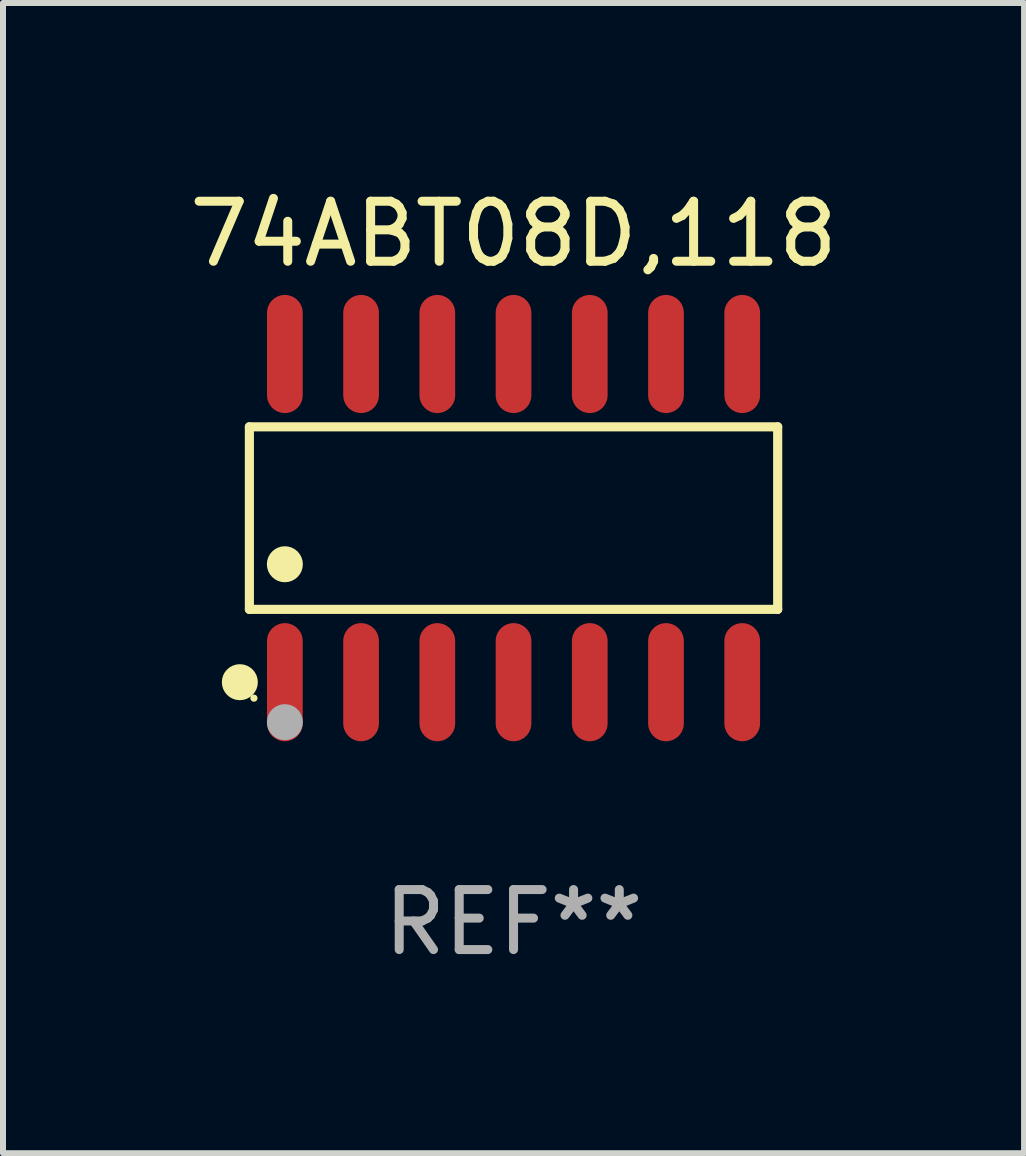
<source format=kicad_pcb>
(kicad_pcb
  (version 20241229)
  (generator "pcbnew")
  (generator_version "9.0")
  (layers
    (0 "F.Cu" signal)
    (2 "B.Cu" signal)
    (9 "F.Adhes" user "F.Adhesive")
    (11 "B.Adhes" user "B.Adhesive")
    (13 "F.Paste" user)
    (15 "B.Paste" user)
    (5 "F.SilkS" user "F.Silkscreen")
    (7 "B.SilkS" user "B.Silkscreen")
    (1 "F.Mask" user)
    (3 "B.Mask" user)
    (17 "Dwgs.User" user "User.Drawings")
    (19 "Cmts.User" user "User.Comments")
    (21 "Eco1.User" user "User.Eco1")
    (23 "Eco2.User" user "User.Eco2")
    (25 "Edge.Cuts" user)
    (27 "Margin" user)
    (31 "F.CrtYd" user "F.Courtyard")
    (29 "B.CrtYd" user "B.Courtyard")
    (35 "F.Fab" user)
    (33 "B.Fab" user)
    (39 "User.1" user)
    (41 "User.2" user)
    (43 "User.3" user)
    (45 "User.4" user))
  (footprint "74ABT08D,118"
    (layer "F.Cu")
    (at 5.506 5.582)
    (property "Reference" "74ABT08D,118" (at 0 -4.734 0) (layer "F.SilkS") (effects (font (size 1 1) (thickness 0.15))))
    (attr through_hole)
    (fp_line (start -4.401 -1.521) (end 4.401 -1.521) (stroke (width 0.152) (type solid)) (layer "F.SilkS"))
    (fp_line (start -4.401 1.521) (end -4.401 -1.521) (stroke (width 0.152) (type solid)) (layer "F.SilkS"))
    (fp_line (start 4.401 -1.521) (end 4.401 1.521) (stroke (width 0.152) (type solid)) (layer "F.SilkS"))
    (fp_line (start 4.401 1.521) (end -4.401 1.521) (stroke (width 0.152) (type solid)) (layer "F.SilkS"))
    (fp_circle (center -4.56 2.734) (end -4.41 2.734) (stroke (width 0.3) (type solid)) (fill no) (layer "F.SilkS"))
    (fp_circle (center -4.325 3) (end -4.295 3) (stroke (width 0.06) (type solid)) (fill no) (layer "F.SilkS"))
    (fp_circle (center -3.81 0.769) (end -3.66 0.769) (stroke (width 0.3) (type solid)) (fill no) (layer "F.SilkS"))
    (fp_circle (center -3.81 3.4) (end -3.66 3.4) (stroke (width 0.3) (type solid)) (fill no) (layer "F.Fab"))
    (fp_text user "REF**" (at 0 6.734 0) (layer "F.Fab") (effects (font (size 1 1) (thickness 0.15))))
    (pad "1" smd oval (at -3.81 2.734) (size 0.595 1.968) (layers "F.Cu" "F.Mask" "F.Paste"))
    (pad "2" smd oval (at -2.54 2.734) (size 0.595 1.968) (layers "F.Cu" "F.Mask" "F.Paste"))
    (pad "3" smd oval (at -1.27 2.734) (size 0.595 1.968) (layers "F.Cu" "F.Mask" "F.Paste"))
    (pad "4" smd oval (at 0 2.734) (size 0.595 1.968) (layers "F.Cu" "F.Mask" "F.Paste"))
    (pad "5" smd oval (at 1.27 2.734) (size 0.595 1.968) (layers "F.Cu" "F.Mask" "F.Paste"))
    (pad "6" smd oval (at 2.54 2.734) (size 0.595 1.968) (layers "F.Cu" "F.Mask" "F.Paste"))
    (pad "7" smd oval (at 3.81 2.734) (size 0.595 1.968) (layers "F.Cu" "F.Mask" "F.Paste"))
    (pad "8" smd oval (at 3.81 -2.734) (size 0.595 1.968) (layers "F.Cu" "F.Mask" "F.Paste"))
    (pad "9" smd oval (at 2.54 -2.734) (size 0.595 1.968) (layers "F.Cu" "F.Mask" "F.Paste"))
    (pad "10" smd oval (at 1.27 -2.734) (size 0.595 1.968) (layers "F.Cu" "F.Mask" "F.Paste"))
    (pad "11" smd oval (at 0 -2.734) (size 0.595 1.968) (layers "F.Cu" "F.Mask" "F.Paste"))
    (pad "12" smd oval (at -1.27 -2.734) (size 0.595 1.968) (layers "F.Cu" "F.Mask" "F.Paste"))
    (pad "13" smd oval (at -2.54 -2.734) (size 0.595 1.968) (layers "F.Cu" "F.Mask" "F.Paste"))
    (pad "14" smd oval (at -3.81 -2.734) (size 0.595 1.968) (layers "F.Cu" "F.Mask" "F.Paste")))
  (gr_rect
    (start -3 -3)
    (end 14.012 16.164)
    (stroke (width 0.1) (type default))
    (fill no)
    (layer "Edge.Cuts")))
</source>
